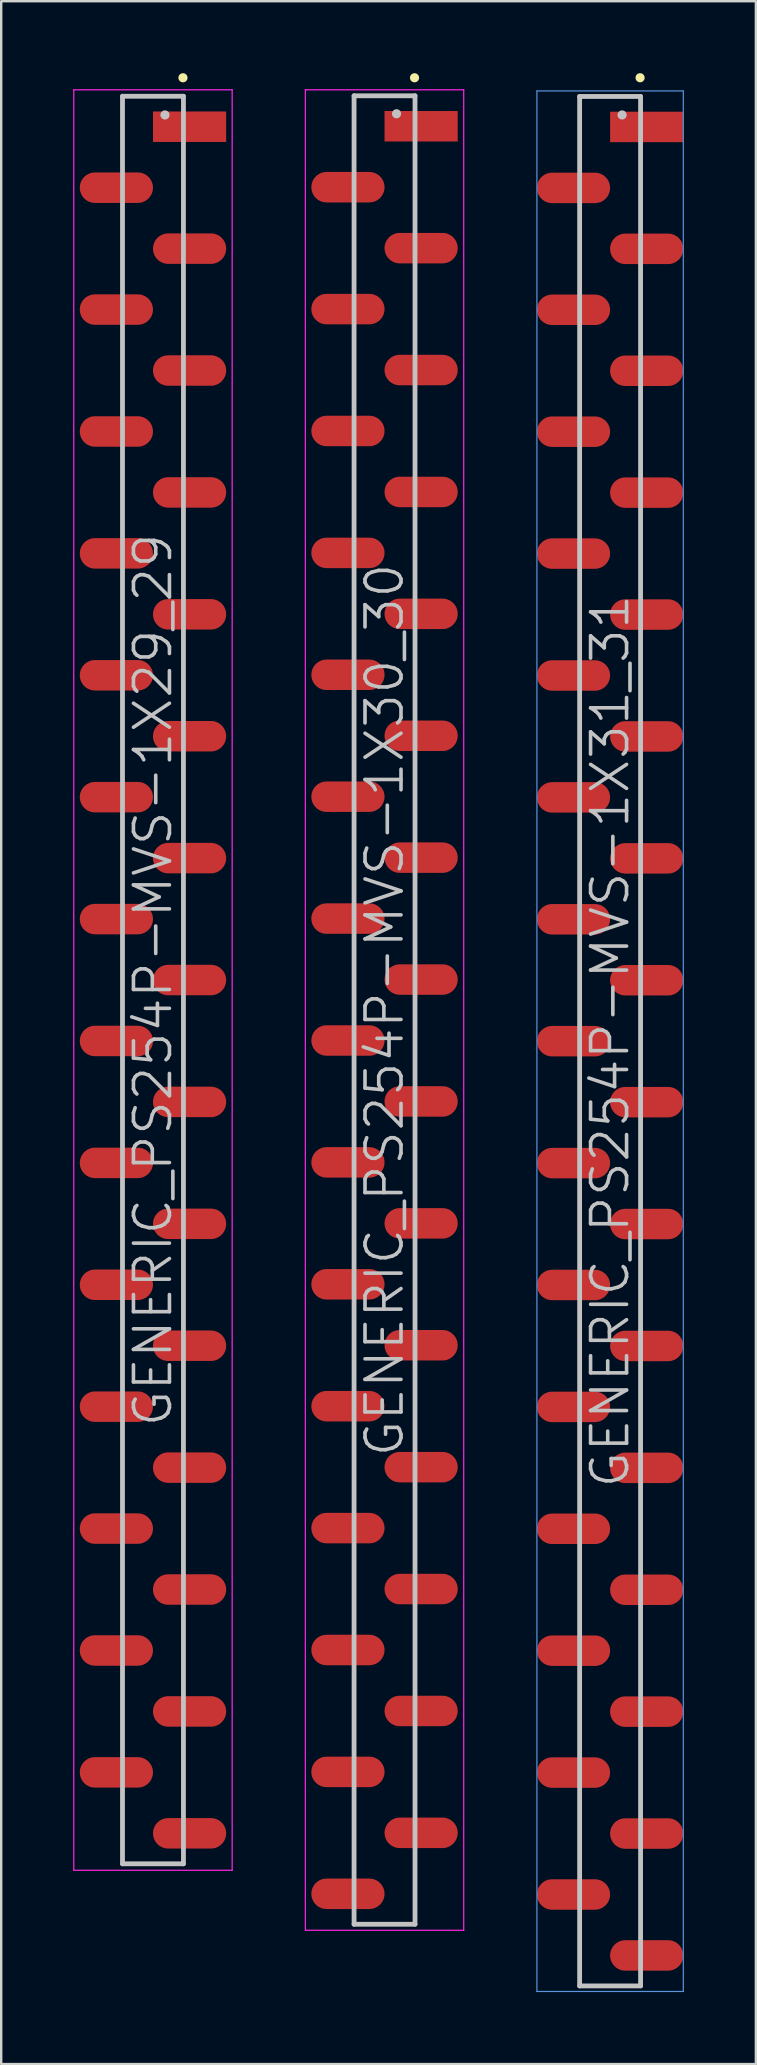
<source format=kicad_pcb>
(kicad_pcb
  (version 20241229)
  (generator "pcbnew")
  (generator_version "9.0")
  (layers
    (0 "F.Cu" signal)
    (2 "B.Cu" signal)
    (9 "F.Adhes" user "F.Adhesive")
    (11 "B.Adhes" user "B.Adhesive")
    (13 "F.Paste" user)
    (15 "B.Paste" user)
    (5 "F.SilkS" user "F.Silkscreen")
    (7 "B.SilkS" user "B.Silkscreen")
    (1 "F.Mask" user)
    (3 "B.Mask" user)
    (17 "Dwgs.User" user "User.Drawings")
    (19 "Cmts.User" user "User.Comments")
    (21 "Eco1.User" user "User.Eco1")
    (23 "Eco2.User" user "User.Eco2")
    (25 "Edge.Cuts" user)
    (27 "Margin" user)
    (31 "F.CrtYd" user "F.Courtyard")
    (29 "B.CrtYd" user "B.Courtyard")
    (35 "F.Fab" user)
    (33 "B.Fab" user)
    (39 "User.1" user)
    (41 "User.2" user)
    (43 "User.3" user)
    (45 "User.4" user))
  (footprint "GENERIC_PS254P-MVS-1X30_30"
    (layer "F.Cu")
    (at 12.975 39.041)
    (property "Reference" "GENERIC_PS254P-MVS-1X30_30" (at 0 0 90) (layer "Dwgs.User") (effects (font (size 1.5 1.5) (thickness 0.15))))
    (attr smd)
    (fp_line (start 1.25 -38.85) (end 1.25 -38.85) (stroke (width 0.381) (type solid)) (layer "F.SilkS"))
    (fp_line (start -1.27 -38.1) (end -1.27 38.1) (stroke (width 0.2) (type solid)) (layer "Dwgs.User"))
    (fp_line (start -1.27 -38.1) (end 1.27 -38.1) (stroke (width 0.2) (type solid)) (layer "Dwgs.User"))
    (fp_line (start -1.27 38.1) (end 1.27 38.1) (stroke (width 0.2) (type solid)) (layer "Dwgs.User"))
    (fp_line (start 0.5 -37.35) (end 0.5 -37.35) (stroke (width 0.381) (type solid)) (layer "Dwgs.User"))
    (fp_line (start 1.27 -38.1) (end 1.27 38.1) (stroke (width 0.2) (type solid)) (layer "Dwgs.User"))
    (fp_line (start -3.3 -38.35) (end -3.3 38.35) (stroke (width 0.05) (type solid)) (layer "F.CrtYd"))
    (fp_line (start -3.3 -38.35) (end 3.3 -38.35) (stroke (width 0.05) (type solid)) (layer "F.CrtYd"))
    (fp_line (start -3.3 38.35) (end 3.3 38.35) (stroke (width 0.05) (type solid)) (layer "F.CrtYd"))
    (fp_line (start 3.3 -38.35) (end 3.3 38.35) (stroke (width 0.05) (type solid)) (layer "F.CrtYd"))
    (pad "1" smd rect (at 1.525 -36.83 90) (size 1.27 3.05) (layers "F.Cu" "F.Mask" "F.Paste"))
    (pad "2" smd oval (at -1.525 -34.29 90) (size 1.27 3.05) (layers "F.Cu" "F.Mask" "F.Paste"))
    (pad "3" smd oval (at 1.525 -31.75 90) (size 1.27 3.05) (layers "F.Cu" "F.Mask" "F.Paste"))
    (pad "4" smd oval (at -1.525 -29.21 90) (size 1.27 3.05) (layers "F.Cu" "F.Mask" "F.Paste"))
    (pad "5" smd oval (at 1.525 -26.67 90) (size 1.27 3.05) (layers "F.Cu" "F.Mask" "F.Paste"))
    (pad "6" smd oval (at -1.525 -24.13 90) (size 1.27 3.05) (layers "F.Cu" "F.Mask" "F.Paste"))
    (pad "7" smd oval (at 1.525 -21.59 90) (size 1.27 3.05) (layers "F.Cu" "F.Mask" "F.Paste"))
    (pad "8" smd oval (at -1.525 -19.05 90) (size 1.27 3.05) (layers "F.Cu" "F.Mask" "F.Paste"))
    (pad "9" smd oval (at 1.525 -16.51 90) (size 1.27 3.05) (layers "F.Cu" "F.Mask" "F.Paste"))
    (pad "10" smd oval (at -1.525 -13.97 90) (size 1.27 3.05) (layers "F.Cu" "F.Mask" "F.Paste"))
    (pad "11" smd oval (at 1.525 -11.43 90) (size 1.27 3.05) (layers "F.Cu" "F.Mask" "F.Paste"))
    (pad "12" smd oval (at -1.525 -8.89 90) (size 1.27 3.05) (layers "F.Cu" "F.Mask" "F.Paste"))
    (pad "13" smd oval (at 1.525 -6.35 90) (size 1.27 3.05) (layers "F.Cu" "F.Mask" "F.Paste"))
    (pad "14" smd oval (at -1.525 -3.81 90) (size 1.27 3.05) (layers "F.Cu" "F.Mask" "F.Paste"))
    (pad "15" smd oval (at 1.525 -1.27 90) (size 1.27 3.05) (layers "F.Cu" "F.Mask" "F.Paste"))
    (pad "16" smd oval (at -1.525 1.27 90) (size 1.27 3.05) (layers "F.Cu" "F.Mask" "F.Paste"))
    (pad "17" smd oval (at 1.525 3.81 90) (size 1.27 3.05) (layers "F.Cu" "F.Mask" "F.Paste"))
    (pad "18" smd oval (at -1.525 6.35 90) (size 1.27 3.05) (layers "F.Cu" "F.Mask" "F.Paste"))
    (pad "19" smd oval (at 1.525 8.89 90) (size 1.27 3.05) (layers "F.Cu" "F.Mask" "F.Paste"))
    (pad "20" smd oval (at -1.525 11.43 90) (size 1.27 3.05) (layers "F.Cu" "F.Mask" "F.Paste"))
    (pad "21" smd oval (at 1.525 13.97 90) (size 1.27 3.05) (layers "F.Cu" "F.Mask" "F.Paste"))
    (pad "22" smd oval (at -1.525 16.51 90) (size 1.27 3.05) (layers "F.Cu" "F.Mask" "F.Paste"))
    (pad "23" smd oval (at 1.525 19.05 90) (size 1.27 3.05) (layers "F.Cu" "F.Mask" "F.Paste"))
    (pad "24" smd oval (at -1.525 21.59 90) (size 1.27 3.05) (layers "F.Cu" "F.Mask" "F.Paste"))
    (pad "25" smd oval (at 1.525 24.13 90) (size 1.27 3.05) (layers "F.Cu" "F.Mask" "F.Paste"))
    (pad "26" smd oval (at -1.525 26.67 90) (size 1.27 3.05) (layers "F.Cu" "F.Mask" "F.Paste"))
    (pad "27" smd oval (at 1.525 29.21 90) (size 1.27 3.05) (layers "F.Cu" "F.Mask" "F.Paste"))
    (pad "28" smd oval (at -1.525 31.75 90) (size 1.27 3.05) (layers "F.Cu" "F.Mask" "F.Paste"))
    (pad "29" smd oval (at 1.525 34.29 90) (size 1.27 3.05) (layers "F.Cu" "F.Mask" "F.Paste"))
    (pad "30" smd oval (at -1.525 36.83 90) (size 1.27 3.05) (layers "F.Cu" "F.Mask" "F.Paste")))
  (footprint "GENERIC_PS254P-MVS-1X29_29"
    (layer "F.Cu")
    (at 3.325 37.791)
    (property "Reference" "GENERIC_PS254P-MVS-1X29_29" (at 0 0 90) (layer "Dwgs.User") (effects (font (size 1.5 1.5) (thickness 0.15))))
    (attr smd)
    (fp_line (start 1.25 -37.6) (end 1.25 -37.6) (stroke (width 0.381) (type solid)) (layer "F.SilkS"))
    (fp_line (start -1.27 -36.83) (end -1.27 36.83) (stroke (width 0.2) (type solid)) (layer "Dwgs.User"))
    (fp_line (start -1.27 -36.83) (end 1.27 -36.83) (stroke (width 0.2) (type solid)) (layer "Dwgs.User"))
    (fp_line (start -1.27 36.83) (end 1.27 36.83) (stroke (width 0.2) (type solid)) (layer "Dwgs.User"))
    (fp_line (start 0.5 -36.05) (end 0.5 -36.05) (stroke (width 0.381) (type solid)) (layer "Dwgs.User"))
    (fp_line (start 1.27 -36.83) (end 1.27 36.83) (stroke (width 0.2) (type solid)) (layer "Dwgs.User"))
    (fp_line (start -3.3 -37.1) (end -3.3 37.1) (stroke (width 0.05) (type solid)) (layer "F.CrtYd"))
    (fp_line (start -3.3 -37.1) (end 3.3 -37.1) (stroke (width 0.05) (type solid)) (layer "F.CrtYd"))
    (fp_line (start -3.3 37.1) (end 3.3 37.1) (stroke (width 0.05) (type solid)) (layer "F.CrtYd"))
    (fp_line (start 3.3 -37.1) (end 3.3 37.1) (stroke (width 0.05) (type solid)) (layer "F.CrtYd"))
    (pad "1" smd rect (at 1.525 -35.56 90) (size 1.27 3.05) (layers "F.Cu" "F.Mask" "F.Paste"))
    (pad "2" smd oval (at -1.525 -33.02 90) (size 1.27 3.05) (layers "F.Cu" "F.Mask" "F.Paste"))
    (pad "3" smd oval (at 1.525 -30.48 90) (size 1.27 3.05) (layers "F.Cu" "F.Mask" "F.Paste"))
    (pad "4" smd oval (at -1.525 -27.94 90) (size 1.27 3.05) (layers "F.Cu" "F.Mask" "F.Paste"))
    (pad "5" smd oval (at 1.525 -25.4 90) (size 1.27 3.05) (layers "F.Cu" "F.Mask" "F.Paste"))
    (pad "6" smd oval (at -1.525 -22.86 90) (size 1.27 3.05) (layers "F.Cu" "F.Mask" "F.Paste"))
    (pad "7" smd oval (at 1.525 -20.32 90) (size 1.27 3.05) (layers "F.Cu" "F.Mask" "F.Paste"))
    (pad "8" smd oval (at -1.525 -17.78 90) (size 1.27 3.05) (layers "F.Cu" "F.Mask" "F.Paste"))
    (pad "9" smd oval (at 1.525 -15.24 90) (size 1.27 3.05) (layers "F.Cu" "F.Mask" "F.Paste"))
    (pad "10" smd oval (at -1.525 -12.7 90) (size 1.27 3.05) (layers "F.Cu" "F.Mask" "F.Paste"))
    (pad "11" smd oval (at 1.525 -10.16 90) (size 1.27 3.05) (layers "F.Cu" "F.Mask" "F.Paste"))
    (pad "12" smd oval (at -1.525 -7.62 90) (size 1.27 3.05) (layers "F.Cu" "F.Mask" "F.Paste"))
    (pad "13" smd oval (at 1.525 -5.08 90) (size 1.27 3.05) (layers "F.Cu" "F.Mask" "F.Paste"))
    (pad "14" smd oval (at -1.525 -2.54 90) (size 1.27 3.05) (layers "F.Cu" "F.Mask" "F.Paste"))
    (pad "15" smd oval (at 1.525 0 90) (size 1.27 3.05) (layers "F.Cu" "F.Mask" "F.Paste"))
    (pad "16" smd oval (at -1.525 2.54 90) (size 1.27 3.05) (layers "F.Cu" "F.Mask" "F.Paste"))
    (pad "17" smd oval (at 1.525 5.08 90) (size 1.27 3.05) (layers "F.Cu" "F.Mask" "F.Paste"))
    (pad "18" smd oval (at -1.525 7.62 90) (size 1.27 3.05) (layers "F.Cu" "F.Mask" "F.Paste"))
    (pad "19" smd oval (at 1.525 10.16 90) (size 1.27 3.05) (layers "F.Cu" "F.Mask" "F.Paste"))
    (pad "20" smd oval (at -1.525 12.7 90) (size 1.27 3.05) (layers "F.Cu" "F.Mask" "F.Paste"))
    (pad "21" smd oval (at 1.525 15.24 90) (size 1.27 3.05) (layers "F.Cu" "F.Mask" "F.Paste"))
    (pad "22" smd oval (at -1.525 17.78 90) (size 1.27 3.05) (layers "F.Cu" "F.Mask" "F.Paste"))
    (pad "23" smd oval (at 1.525 20.32 90) (size 1.27 3.05) (layers "F.Cu" "F.Mask" "F.Paste"))
    (pad "24" smd oval (at -1.525 22.86 90) (size 1.27 3.05) (layers "F.Cu" "F.Mask" "F.Paste"))
    (pad "25" smd oval (at 1.525 25.4 90) (size 1.27 3.05) (layers "F.Cu" "F.Mask" "F.Paste"))
    (pad "26" smd oval (at -1.525 27.94 90) (size 1.27 3.05) (layers "F.Cu" "F.Mask" "F.Paste"))
    (pad "27" smd oval (at 1.525 30.48 90) (size 1.27 3.05) (layers "F.Cu" "F.Mask" "F.Paste"))
    (pad "28" smd oval (at -1.525 33.02 90) (size 1.27 3.05) (layers "F.Cu" "F.Mask" "F.Paste"))
    (pad "29" smd oval (at 1.525 35.56 90) (size 1.27 3.05) (layers "F.Cu" "F.Mask" "F.Paste")))
  (footprint "GENERIC_PS254P-MVS-1X31_31"
    (layer "F.Cu")
    (at 22.375 40.34)
    (property "Reference" "GENERIC_PS254P-MVS-1X31_31" (at 0 0 90) (layer "Dwgs.User") (effects (font (size 1.5 1.5) (thickness 0.15))))
    (attr smd)
    (fp_line (start 1.25 -40.15) (end 1.25 -40.15) (stroke (width 0.381) (type solid)) (layer "F.SilkS"))
    (fp_line (start -1.27 -39.37) (end -1.27 39.37) (stroke (width 0.2) (type solid)) (layer "Dwgs.User"))
    (fp_line (start -1.27 -39.37) (end 1.27 -39.37) (stroke (width 0.2) (type solid)) (layer "Dwgs.User"))
    (fp_line (start -1.27 39.37) (end 1.27 39.37) (stroke (width 0.2) (type solid)) (layer "Dwgs.User"))
    (fp_line (start 0.5 -38.6) (end 0.5 -38.6) (stroke (width 0.381) (type solid)) (layer "Dwgs.User"))
    (fp_line (start 1.27 -39.37) (end 1.27 39.37) (stroke (width 0.2) (type solid)) (layer "Dwgs.User"))
    (fp_line (start -3.05 -39.6) (end -3.05 39.6) (stroke (width 0.05) (type solid)) (layer "Cmts.User"))
    (fp_line (start -3.05 -39.6) (end 3.05 -39.6) (stroke (width 0.05) (type solid)) (layer "Cmts.User"))
    (fp_line (start -3.05 39.6) (end 3.05 39.6) (stroke (width 0.05) (type solid)) (layer "Cmts.User"))
    (fp_line (start 3.05 -39.6) (end 3.05 39.6) (stroke (width 0.05) (type solid)) (layer "Cmts.User"))
    (pad "1" smd rect (at 1.525 -38.1 90) (size 1.27 3.05) (layers "F.Cu" "F.Mask" "F.Paste"))
    (pad "2" smd oval (at -1.525 -35.56 90) (size 1.27 3.05) (layers "F.Cu" "F.Mask" "F.Paste"))
    (pad "3" smd oval (at 1.525 -33.02 90) (size 1.27 3.05) (layers "F.Cu" "F.Mask" "F.Paste"))
    (pad "4" smd oval (at -1.525 -30.48 90) (size 1.27 3.05) (layers "F.Cu" "F.Mask" "F.Paste"))
    (pad "5" smd oval (at 1.525 -27.94 90) (size 1.27 3.05) (layers "F.Cu" "F.Mask" "F.Paste"))
    (pad "6" smd oval (at -1.525 -25.4 90) (size 1.27 3.05) (layers "F.Cu" "F.Mask" "F.Paste"))
    (pad "7" smd oval (at 1.525 -22.86 90) (size 1.27 3.05) (layers "F.Cu" "F.Mask" "F.Paste"))
    (pad "8" smd oval (at -1.525 -20.32 90) (size 1.27 3.05) (layers "F.Cu" "F.Mask" "F.Paste"))
    (pad "9" smd oval (at 1.525 -17.78 90) (size 1.27 3.05) (layers "F.Cu" "F.Mask" "F.Paste"))
    (pad "10" smd oval (at -1.525 -15.24 90) (size 1.27 3.05) (layers "F.Cu" "F.Mask" "F.Paste"))
    (pad "11" smd oval (at 1.525 -12.7 90) (size 1.27 3.05) (layers "F.Cu" "F.Mask" "F.Paste"))
    (pad "12" smd oval (at -1.525 -10.16 90) (size 1.27 3.05) (layers "F.Cu" "F.Mask" "F.Paste"))
    (pad "13" smd oval (at 1.525 -7.62 90) (size 1.27 3.05) (layers "F.Cu" "F.Mask" "F.Paste"))
    (pad "14" smd oval (at -1.525 -5.08 90) (size 1.27 3.05) (layers "F.Cu" "F.Mask" "F.Paste"))
    (pad "15" smd oval (at 1.525 -2.54 90) (size 1.27 3.05) (layers "F.Cu" "F.Mask" "F.Paste"))
    (pad "16" smd oval (at -1.525 0 90) (size 1.27 3.05) (layers "F.Cu" "F.Mask" "F.Paste"))
    (pad "17" smd oval (at 1.525 2.54 90) (size 1.27 3.05) (layers "F.Cu" "F.Mask" "F.Paste"))
    (pad "18" smd oval (at -1.525 5.08 90) (size 1.27 3.05) (layers "F.Cu" "F.Mask" "F.Paste"))
    (pad "19" smd oval (at 1.525 7.62 90) (size 1.27 3.05) (layers "F.Cu" "F.Mask" "F.Paste"))
    (pad "20" smd oval (at -1.525 10.16 90) (size 1.27 3.05) (layers "F.Cu" "F.Mask" "F.Paste"))
    (pad "21" smd oval (at 1.525 12.7 90) (size 1.27 3.05) (layers "F.Cu" "F.Mask" "F.Paste"))
    (pad "22" smd oval (at -1.525 15.24 90) (size 1.27 3.05) (layers "F.Cu" "F.Mask" "F.Paste"))
    (pad "23" smd oval (at 1.525 17.78 90) (size 1.27 3.05) (layers "F.Cu" "F.Mask" "F.Paste"))
    (pad "24" smd oval (at -1.525 20.32 90) (size 1.27 3.05) (layers "F.Cu" "F.Mask" "F.Paste"))
    (pad "25" smd oval (at 1.525 22.86 90) (size 1.27 3.05) (layers "F.Cu" "F.Mask" "F.Paste"))
    (pad "26" smd oval (at -1.525 25.4 90) (size 1.27 3.05) (layers "F.Cu" "F.Mask" "F.Paste"))
    (pad "27" smd oval (at 1.525 27.94 90) (size 1.27 3.05) (layers "F.Cu" "F.Mask" "F.Paste"))
    (pad "28" smd oval (at -1.525 30.48 90) (size 1.27 3.05) (layers "F.Cu" "F.Mask" "F.Paste"))
    (pad "29" smd oval (at 1.525 33.02 90) (size 1.27 3.05) (layers "F.Cu" "F.Mask" "F.Paste"))
    (pad "30" smd oval (at -1.525 35.56 90) (size 1.27 3.05) (layers "F.Cu" "F.Mask" "F.Paste"))
    (pad "31" smd oval (at 1.525 38.1 90) (size 1.27 3.05) (layers "F.Cu" "F.Mask" "F.Paste")))
  (gr_rect
    (start -3 -3)
    (end 28.45 82.966)
    (stroke (width 0.1) (type default))
    (fill no)
    (layer "Edge.Cuts")))
</source>
